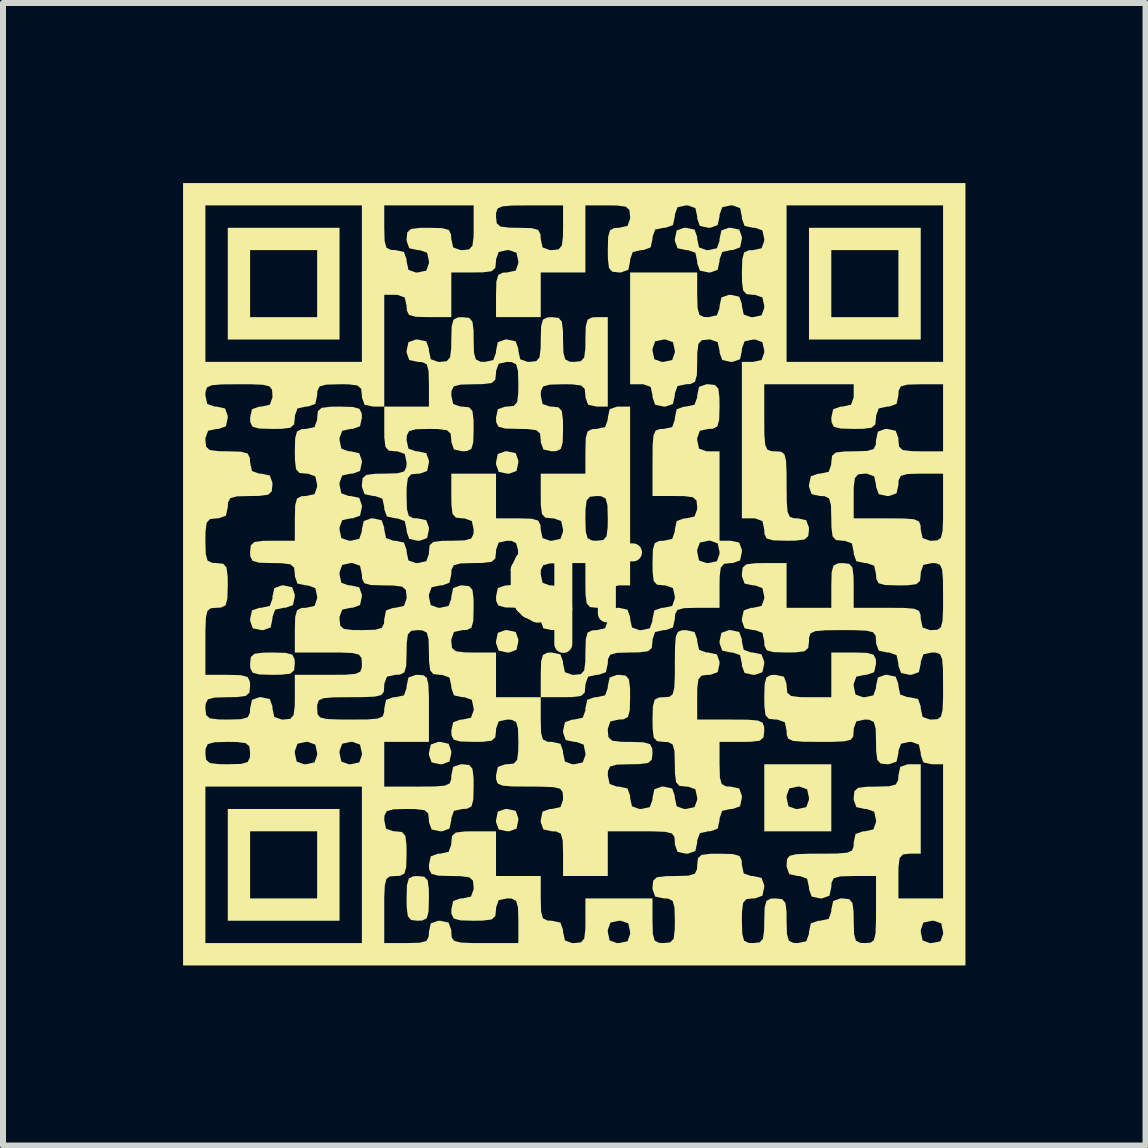
<source format=kicad_pcb>
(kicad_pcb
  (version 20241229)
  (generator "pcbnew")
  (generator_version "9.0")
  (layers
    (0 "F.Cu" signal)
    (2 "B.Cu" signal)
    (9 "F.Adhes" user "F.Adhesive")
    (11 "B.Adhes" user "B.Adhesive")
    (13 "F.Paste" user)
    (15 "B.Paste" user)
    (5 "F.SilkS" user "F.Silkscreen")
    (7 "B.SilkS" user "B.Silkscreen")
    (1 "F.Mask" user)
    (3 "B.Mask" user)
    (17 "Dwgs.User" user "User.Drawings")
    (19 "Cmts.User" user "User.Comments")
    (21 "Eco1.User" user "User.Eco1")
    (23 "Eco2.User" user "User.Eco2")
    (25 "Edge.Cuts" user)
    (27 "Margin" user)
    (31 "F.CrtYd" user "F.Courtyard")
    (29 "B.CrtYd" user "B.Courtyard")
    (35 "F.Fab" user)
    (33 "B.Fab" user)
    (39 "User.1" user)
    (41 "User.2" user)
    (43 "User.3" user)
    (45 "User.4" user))
  (footprint "qr"
    (layer "F.Cu")
    (at 6.48 6.48)
    (property "Reference" "qr" (at 0 0 0) (layer "F.SilkS") (effects (font (size 1.524 1.524) (thickness 0.3))))
    (attr board_only exclude_from_pos_files exclude_from_bom)
    (fp_poly (pts (xy -3.873 -3.873) (xy -5.735 -3.873) (xy -5.735 -4.246) (xy -5.363 -4.246) (xy -4.246 -4.246) (xy -4.246 -5.363) (xy -5.363 -5.363) (xy -5.363 -4.246) (xy -5.735 -4.246) (xy -5.735 -5.735) (xy -3.873 -5.735)) (stroke (width 0) (type solid)) (fill yes) (layer "F.SilkS"))
    (fp_poly (pts (xy -3.873 5.81) (xy -5.735 5.81) (xy -5.735 5.438) (xy -5.363 5.438) (xy -4.246 5.438) (xy -4.246 4.32) (xy -5.363 4.32) (xy -5.363 5.438) (xy -5.735 5.438) (xy -5.735 3.948) (xy -3.873 3.948)) (stroke (width 0) (type solid)) (fill yes) (layer "F.SilkS"))
    (fp_poly (pts (xy 5.81 -3.873) (xy 3.948 -3.873) (xy 3.948 -4.246) (xy 4.32 -4.246) (xy 5.438 -4.246) (xy 5.438 -5.363) (xy 4.32 -5.363) (xy 4.32 -4.246) (xy 3.948 -4.246) (xy 3.948 -5.735) (xy 5.81 -5.735)) (stroke (width 0) (type solid)) (fill yes) (layer "F.SilkS"))
    (fp_poly (pts (xy -2.056 2.861) (xy -2.012 2.982) (xy -2.011 3.017) (xy -2.042 3.158) (xy -2.163 3.202) (xy -2.197 3.203) (xy -2.339 3.172) (xy -2.383 3.051) (xy -2.384 3.017) (xy -2.353 2.875) (xy -2.232 2.831) (xy -2.197 2.83)) (stroke (width 0) (type solid)) (fill yes) (layer "F.SilkS"))
    (fp_poly (pts (xy -0.938 -1.98) (xy -0.895 -1.859) (xy -0.894 -1.825) (xy -0.925 -1.683) (xy -1.046 -1.639) (xy -1.08 -1.639) (xy -1.222 -1.669) (xy -1.265 -1.791) (xy -1.266 -1.825) (xy -1.236 -1.967) (xy -1.114 -2.01) (xy -1.08 -2.011)) (stroke (width 0) (type solid)) (fill yes) (layer "F.SilkS"))
    (fp_poly (pts (xy -0.938 0.999) (xy -0.895 1.12) (xy -0.894 1.155) (xy -0.925 1.296) (xy -1.046 1.34) (xy -1.08 1.341) (xy -1.222 1.31) (xy -1.265 1.189) (xy -1.266 1.155) (xy -1.236 1.013) (xy -1.114 0.969) (xy -1.08 0.968)) (stroke (width 0) (type solid)) (fill yes) (layer "F.SilkS"))
    (fp_poly (pts (xy -0.938 3.979) (xy -0.895 4.1) (xy -0.894 4.134) (xy -0.925 4.276) (xy -1.046 4.319) (xy -1.08 4.32) (xy -1.222 4.289) (xy -1.265 4.168) (xy -1.266 4.134) (xy -1.236 3.992) (xy -1.114 3.949) (xy -1.08 3.948)) (stroke (width 0) (type solid)) (fill yes) (layer "F.SilkS"))
    (fp_poly (pts (xy -4.77 1.347) (xy -4.659 1.378) (xy -4.622 1.452) (xy -4.618 1.527) (xy -4.63 1.637) (xy -4.692 1.693) (xy -4.841 1.711) (xy -4.991 1.713) (xy -5.212 1.707) (xy -5.322 1.676) (xy -5.36 1.602) (xy -5.363 1.527) (xy -5.351 1.416) (xy -5.289 1.361) (xy -5.14 1.343) (xy -4.991 1.341)) (stroke (width 0) (type solid)) (fill yes) (layer "F.SilkS"))
    (fp_poly (pts (xy -2.459 5.077) (xy -2.404 5.139) (xy -2.385 5.288) (xy -2.384 5.438) (xy -2.39 5.659) (xy -2.42 5.769) (xy -2.495 5.806) (xy -2.57 5.81) (xy -2.68 5.798) (xy -2.735 5.736) (xy -2.754 5.587) (xy -2.756 5.438) (xy -2.75 5.217) (xy -2.719 5.106) (xy -2.645 5.069) (xy -2.57 5.065)) (stroke (width 0) (type solid)) (fill yes) (layer "F.SilkS"))
    (fp_poly (pts (xy 4.32 4.32) (xy 3.203 4.32) (xy 3.203 3.762) (xy 3.575 3.762) (xy 3.606 3.903) (xy 3.727 3.947) (xy 3.762 3.948) (xy 3.903 3.917) (xy 3.947 3.796) (xy 3.948 3.762) (xy 3.917 3.62) (xy 3.796 3.576) (xy 3.762 3.575) (xy 3.62 3.606) (xy 3.576 3.727) (xy 3.575 3.762) (xy 3.203 3.762) (xy 3.203 3.203) (xy 4.32 3.203)) (stroke (width 0) (type solid)) (fill yes) (layer "F.SilkS"))
    (fp_poly (pts (xy -4.663 0.254) (xy -4.619 0.375) (xy -4.618 0.41) (xy -4.649 0.551) (xy -4.77 0.595) (xy -4.804 0.596) (xy -4.946 0.627) (xy -4.99 0.748) (xy -4.991 0.782) (xy -5.021 0.924) (xy -5.143 0.968) (xy -5.177 0.968) (xy -5.319 0.938) (xy -5.362 0.816) (xy -5.363 0.782) (xy -5.332 0.64) (xy -5.211 0.597) (xy -5.177 0.596) (xy -5.035 0.565) (xy -4.991 0.444) (xy -4.991 0.41) (xy -4.96 0.268) (xy -4.839 0.224) (xy -4.804 0.223)) (stroke (width 0) (type solid)) (fill yes) (layer "F.SilkS"))
    (fp_poly (pts (xy 2.786 0.999) (xy 2.83 1.12) (xy 2.83 1.155) (xy 2.861 1.296) (xy 2.982 1.34) (xy 3.017 1.341) (xy 3.158 1.372) (xy 3.202 1.493) (xy 3.203 1.527) (xy 3.172 1.669) (xy 3.051 1.712) (xy 3.017 1.713) (xy 2.875 1.682) (xy 2.831 1.561) (xy 2.83 1.527) (xy 2.8 1.385) (xy 2.679 1.342) (xy 2.644 1.341) (xy 2.503 1.31) (xy 2.459 1.189) (xy 2.458 1.155) (xy 2.489 1.013) (xy 2.61 0.969) (xy 2.644 0.968)) (stroke (width 0) (type solid)) (fill yes) (layer "F.SilkS"))
    (fp_poly (pts (xy 2.786 -5.705) (xy 2.83 -5.584) (xy 2.83 -5.549) (xy 2.8 -5.408) (xy 2.679 -5.364) (xy 2.644 -5.363) (xy 2.503 -5.332) (xy 2.459 -5.211) (xy 2.458 -5.177) (xy 2.427 -5.035) (xy 2.306 -4.991) (xy 2.272 -4.991) (xy 2.13 -5.021) (xy 2.086 -5.143) (xy 2.086 -5.177) (xy 2.055 -5.319) (xy 1.934 -5.362) (xy 1.899 -5.363) (xy 1.758 -5.394) (xy 1.714 -5.515) (xy 1.713 -5.549) (xy 1.744 -5.691) (xy 1.865 -5.735) (xy 1.899 -5.735) (xy 2.041 -5.705) (xy 2.085 -5.584) (xy 2.086 -5.549) (xy 2.116 -5.408) (xy 2.238 -5.364) (xy 2.272 -5.363) (xy 2.414 -5.394) (xy 2.457 -5.515) (xy 2.458 -5.549) (xy 2.489 -5.691) (xy 2.61 -5.735) (xy 2.644 -5.735)) (stroke (width 0) (type solid)) (fill yes) (layer "F.SilkS"))
    (fp_poly (pts (xy 2.382 -3.116) (xy 2.438 -3.055) (xy 2.456 -2.905) (xy 2.458 -2.756) (xy 2.452 -2.535) (xy 2.421 -2.425) (xy 2.347 -2.387) (xy 2.272 -2.384) (xy 2.13 -2.353) (xy 2.086 -2.232) (xy 2.086 -2.197) (xy 2.116 -2.056) (xy 2.238 -2.012) (xy 2.272 -2.011) (xy 2.458 -2.011) (xy 2.458 -0.521) (xy 2.644 -0.521) (xy 2.786 -0.491) (xy 2.83 -0.37) (xy 2.83 -0.335) (xy 2.8 -0.193) (xy 2.679 -0.15) (xy 2.644 -0.149) (xy 2.534 -0.137) (xy 2.479 -0.075) (xy 2.46 0.074) (xy 2.458 0.223) (xy 2.458 0.596) (xy 2.086 0.596) (xy 1.865 0.602) (xy 1.754 0.633) (xy 1.717 0.707) (xy 1.713 0.782) (xy 1.682 0.924) (xy 1.561 0.968) (xy 1.527 0.968) (xy 1.385 0.999) (xy 1.342 1.12) (xy 1.341 1.155) (xy 1.329 1.265) (xy 1.267 1.32) (xy 1.118 1.339) (xy 0.968 1.341) (xy 0.747 1.347) (xy 0.637 1.378) (xy 0.599 1.452) (xy 0.596 1.527) (xy 0.565 1.669) (xy 0.444 1.712) (xy 0.41 1.713) (xy 0.268 1.744) (xy 0.224 1.865) (xy 0.223 1.899) (xy 0.211 2.01) (xy 0.15 2.065) (xy 0.000493 2.084) (xy -0.149 2.086) (xy -0.521 2.086) (xy -0.521 1.713) (xy -0.515 1.492) (xy -0.485 1.382) (xy -0.41 1.344) (xy -0.335 1.341) (xy -0.193 1.372) (xy -0.15 1.493) (xy -0.149 1.527) (xy -0.118 1.669) (xy 0.003 1.712) (xy 0.037 1.713) (xy 0.148 1.701) (xy 0.203 1.639) (xy 0.222 1.49) (xy 0.223 1.341) (xy 0.229 1.12) (xy 0.26 1.009) (xy 0.335 0.972) (xy 0.41 0.968) (xy 0.551 0.938) (xy 0.595 0.816) (xy 0.596 0.782) (xy 0.627 0.64) (xy 0.748 0.597) (xy 0.782 0.596) (xy 0.924 0.627) (xy 0.968 0.748) (xy 0.968 0.782) (xy 0.999 0.924) (xy 1.12 0.968) (xy 1.155 0.968) (xy 1.296 0.938) (xy 1.34 0.816) (xy 1.341 0.782) (xy 1.372 0.64) (xy 1.493 0.597) (xy 1.527 0.596) (xy 1.669 0.565) (xy 1.712 0.444) (xy 1.713 0.41) (xy 1.682 0.268) (xy 1.561 0.224) (xy 1.527 0.223) (xy 1.416 0.211) (xy 1.361 0.15) (xy 1.343 0.000493) (xy 1.341 -0.149) (xy 1.346 -0.335) (xy 2.086 -0.335) (xy 2.116 -0.193) (xy 2.238 -0.15) (xy 2.272 -0.149) (xy 2.414 -0.18) (xy 2.457 -0.301) (xy 2.458 -0.335) (xy 2.427 -0.477) (xy 2.306 -0.521) (xy 2.272 -0.521) (xy 2.13 -0.491) (xy 2.086 -0.37) (xy 2.086 -0.335) (xy 1.346 -0.335) (xy 1.347 -0.37) (xy 1.378 -0.48) (xy 1.452 -0.518) (xy 1.527 -0.521) (xy 1.669 -0.552) (xy 1.712 -0.673) (xy 1.713 -0.708) (xy 1.744 -0.849) (xy 1.865 -0.893) (xy 1.899 -0.894) (xy 2.041 -0.925) (xy 2.085 -1.046) (xy 2.086 -1.08) (xy 2.074 -1.191) (xy 2.012 -1.246) (xy 1.863 -1.265) (xy 1.713 -1.266) (xy 1.341 -1.266) (xy 1.341 -1.825) (xy 1.343 -2.109) (xy 1.357 -2.276) (xy 1.393 -2.356) (xy 1.462 -2.382) (xy 1.527 -2.384) (xy 1.669 -2.414) (xy 1.712 -2.535) (xy 1.713 -2.57) (xy 1.744 -2.712) (xy 1.865 -2.755) (xy 1.899 -2.756) (xy 2.041 -2.787) (xy 2.085 -2.908) (xy 2.086 -2.942) (xy 2.116 -3.084) (xy 2.238 -3.128) (xy 2.272 -3.128)) (stroke (width 0) (type solid)) (fill yes) (layer "F.SilkS"))
    (fp_poly (pts (xy 0.596 -2.756) (xy 0.41 -2.756) (xy 0.268 -2.787) (xy 0.224 -2.908) (xy 0.223 -2.942) (xy 0.211 -3.053) (xy 0.15 -3.108) (xy 0.000493 -3.127) (xy -0.149 -3.128) (xy -0.37 -3.122) (xy -0.48 -3.092) (xy -0.518 -3.017) (xy -0.521 -2.942) (xy -0.491 -2.8) (xy -0.37 -2.757) (xy -0.335 -2.756) (xy -0.225 -2.744) (xy -0.17 -2.682) (xy -0.151 -2.533) (xy -0.149 -2.384) (xy -0.155 -2.163) (xy -0.186 -2.052) (xy -0.26 -2.015) (xy -0.335 -2.011) (xy -0.477 -2.042) (xy -0.521 -2.163) (xy -0.521 -2.197) (xy -0.533 -2.308) (xy -0.595 -2.363) (xy -0.744 -2.382) (xy -0.894 -2.384) (xy -1.115 -2.39) (xy -1.225 -2.42) (xy -1.263 -2.495) (xy -1.266 -2.57) (xy -1.236 -2.712) (xy -1.114 -2.755) (xy -1.08 -2.756) (xy -0.97 -2.768) (xy -0.914 -2.83) (xy -0.896 -2.979) (xy -0.894 -3.128) (xy -0.9 -3.349) (xy -0.931 -3.46) (xy -1.005 -3.497) (xy -1.08 -3.501) (xy -1.222 -3.47) (xy -1.265 -3.349) (xy -1.266 -3.315) (xy -1.278 -3.204) (xy -1.34 -3.149) (xy -1.489 -3.13) (xy -1.639 -3.128) (xy -1.86 -3.122) (xy -1.97 -3.092) (xy -2.008 -3.017) (xy -2.011 -2.942) (xy -1.98 -2.8) (xy -1.859 -2.757) (xy -1.825 -2.756) (xy -1.714 -2.744) (xy -1.659 -2.682) (xy -1.64 -2.533) (xy -1.639 -2.384) (xy -1.645 -2.163) (xy -1.676 -2.052) (xy -1.75 -2.015) (xy -1.825 -2.011) (xy -1.967 -2.042) (xy -2.01 -2.163) (xy -2.011 -2.197) (xy -2.023 -2.308) (xy -2.085 -2.363) (xy -2.234 -2.382) (xy -2.384 -2.384) (xy -2.605 -2.378) (xy -2.715 -2.347) (xy -2.752 -2.272) (xy -2.756 -2.197) (xy -2.725 -2.056) (xy -2.604 -2.012) (xy -2.57 -2.011) (xy -2.428 -1.98) (xy -2.384 -1.859) (xy -2.384 -1.825) (xy -2.414 -1.683) (xy -2.535 -1.639) (xy -2.57 -1.639) (xy -2.68 -1.627) (xy -2.735 -1.565) (xy -2.754 -1.416) (xy -2.756 -1.266) (xy -2.75 -1.045) (xy -2.719 -0.935) (xy -2.645 -0.897) (xy -2.57 -0.894) (xy -2.428 -0.863) (xy -2.384 -0.742) (xy -2.384 -0.708) (xy -2.414 -0.566) (xy -2.535 -0.522) (xy -2.57 -0.521) (xy -2.712 -0.552) (xy -2.755 -0.673) (xy -2.756 -0.708) (xy -2.787 -0.849) (xy -2.908 -0.893) (xy -2.942 -0.894) (xy -3.084 -0.925) (xy -3.128 -1.046) (xy -3.128 -1.08) (xy -3.159 -1.222) (xy -3.28 -1.265) (xy -3.315 -1.266) (xy -3.456 -1.297) (xy -3.5 -1.418) (xy -3.501 -1.452) (xy -3.489 -1.563) (xy -3.427 -1.618) (xy -3.278 -1.637) (xy -3.128 -1.639) (xy -2.907 -1.645) (xy -2.797 -1.676) (xy -2.76 -1.75) (xy -2.756 -1.825) (xy -2.787 -1.967) (xy -2.908 -2.01) (xy -2.942 -2.011) (xy -3.053 -2.023) (xy -3.108 -2.085) (xy -3.127 -2.234) (xy -3.128 -2.384) (xy -3.128 -2.756) (xy -2.384 -2.756) (xy -2.384 -3.128) (xy -2.39 -3.349) (xy -2.42 -3.46) (xy -2.495 -3.497) (xy -2.57 -3.501) (xy -2.712 -3.532) (xy -2.755 -3.653) (xy -2.756 -3.687) (xy -2.725 -3.829) (xy -2.604 -3.873) (xy -2.57 -3.873) (xy -2.428 -3.843) (xy -2.384 -3.721) (xy -2.384 -3.687) (xy -2.353 -3.545) (xy -2.232 -3.502) (xy -2.197 -3.501) (xy -2.087 -3.513) (xy -2.032 -3.575) (xy -2.013 -3.724) (xy -2.011 -3.873) (xy -2.005 -4.094) (xy -1.974 -4.205) (xy -1.9 -4.242) (xy -1.825 -4.246) (xy -1.714 -4.234) (xy -1.659 -4.172) (xy -1.64 -4.023) (xy -1.639 -3.873) (xy -1.633 -3.652) (xy -1.602 -3.542) (xy -1.527 -3.504) (xy -1.452 -3.501) (xy -1.311 -3.532) (xy -1.267 -3.653) (xy -1.266 -3.687) (xy -1.236 -3.829) (xy -1.114 -3.873) (xy -1.08 -3.873) (xy -0.938 -3.843) (xy -0.895 -3.721) (xy -0.894 -3.687) (xy -0.863 -3.545) (xy -0.742 -3.502) (xy -0.708 -3.501) (xy -0.597 -3.513) (xy -0.542 -3.575) (xy -0.523 -3.724) (xy -0.521 -3.873) (xy -0.515 -4.094) (xy -0.485 -4.205) (xy -0.41 -4.242) (xy -0.335 -4.246) (xy -0.225 -4.234) (xy -0.17 -4.172) (xy -0.151 -4.023) (xy -0.149 -3.873) (xy -0.143 -3.652) (xy -0.112 -3.542) (xy -0.037 -3.504) (xy 0.037 -3.501) (xy 0.148 -3.513) (xy 0.203 -3.575) (xy 0.222 -3.724) (xy 0.223 -3.873) (xy 0.229 -4.094) (xy 0.26 -4.205) (xy 0.335 -4.242) (xy 0.41 -4.246) (xy 0.596 -4.246)) (stroke (width 0) (type solid)) (fill yes) (layer "F.SilkS"))
    (fp_poly (pts (xy 6.555 6.555) (xy -6.48 6.555) (xy -6.48 6.182) (xy -6.108 6.182) (xy -3.501 6.182) (xy -3.501 3.575) (xy -6.108 3.575) (xy -6.108 6.182) (xy -6.48 6.182) (xy -6.48 3.017) (xy -6.108 3.017) (xy -6.096 3.127) (xy -6.034 3.182) (xy -5.885 3.201) (xy -5.735 3.203) (xy -5.514 3.197) (xy -5.404 3.166) (xy -5.367 3.091) (xy -5.363 3.017) (xy -4.618 3.017) (xy -4.587 3.158) (xy -4.466 3.202) (xy -4.432 3.203) (xy -4.29 3.172) (xy -4.247 3.051) (xy -4.246 3.017) (xy -3.873 3.017) (xy -3.843 3.158) (xy -3.721 3.202) (xy -3.687 3.203) (xy -3.545 3.172) (xy -3.502 3.051) (xy -3.501 3.017) (xy -3.532 2.875) (xy -3.653 2.831) (xy -3.687 2.83) (xy -3.829 2.861) (xy -3.873 2.982) (xy -3.873 3.017) (xy -4.246 3.017) (xy -4.277 2.875) (xy -4.398 2.831) (xy -4.432 2.83) (xy -4.574 2.861) (xy -4.617 2.982) (xy -4.618 3.017) (xy -5.363 3.017) (xy -5.375 2.906) (xy -5.437 2.851) (xy -5.586 2.832) (xy -5.735 2.83) (xy -5.957 2.837) (xy -6.067 2.867) (xy -6.104 2.942) (xy -6.108 3.017) (xy -6.48 3.017) (xy -6.48 2.272) (xy -6.108 2.272) (xy -6.096 2.382) (xy -6.034 2.438) (xy -5.885 2.456) (xy -5.735 2.458) (xy -5.514 2.452) (xy -5.404 2.421) (xy -5.367 2.347) (xy -5.363 2.272) (xy -5.332 2.13) (xy -5.211 2.086) (xy -5.177 2.086) (xy -5.035 2.116) (xy -4.991 2.238) (xy -4.991 2.272) (xy -4.96 2.414) (xy -4.839 2.457) (xy -4.804 2.458) (xy -4.694 2.446) (xy -4.639 2.384) (xy -4.62 2.235) (xy -4.618 2.086) (xy -4.618 1.713) (xy -4.06 1.713) (xy -3.775 1.711) (xy -3.609 1.697) (xy -3.528 1.661) (xy -3.503 1.592) (xy -3.501 1.527) (xy -3.508 1.432) (xy -3.55 1.377) (xy -3.658 1.35) (xy -3.863 1.341) (xy -4.06 1.341) (xy -4.618 1.341) (xy -4.618 0.968) (xy -4.613 0.782) (xy -3.873 0.782) (xy -3.861 0.893) (xy -3.8 0.948) (xy -3.65 0.967) (xy -3.501 0.968) (xy -3.28 0.962) (xy -3.17 0.931) (xy -3.132 0.857) (xy -3.128 0.782) (xy -3.098 0.64) (xy -2.977 0.597) (xy -2.942 0.596) (xy -2.8 0.565) (xy -2.757 0.444) (xy -2.756 0.41) (xy -2.768 0.299) (xy -2.83 0.244) (xy -2.979 0.225) (xy -3.128 0.223) (xy -3.349 0.217) (xy -3.46 0.187) (xy -3.497 0.112) (xy -3.501 0.037) (xy -3.532 -0.105) (xy -3.653 -0.148) (xy -3.687 -0.149) (xy -3.829 -0.118) (xy -3.873 0.003) (xy -3.873 0.037) (xy -3.843 0.179) (xy -3.721 0.223) (xy -3.687 0.223) (xy -3.545 0.254) (xy -3.502 0.375) (xy -3.501 0.41) (xy -3.532 0.551) (xy -3.653 0.595) (xy -3.687 0.596) (xy -3.829 0.627) (xy -3.873 0.748) (xy -3.873 0.782) (xy -4.613 0.782) (xy -4.612 0.747) (xy -4.581 0.637) (xy -4.507 0.599) (xy -4.432 0.596) (xy -4.29 0.565) (xy -4.247 0.444) (xy -4.246 0.41) (xy -4.277 0.268) (xy -4.398 0.224) (xy -4.432 0.223) (xy -4.574 0.193) (xy -4.617 0.072) (xy -4.618 0.037) (xy -4.63 -0.073) (xy -4.692 -0.128) (xy -4.841 -0.147) (xy -4.991 -0.149) (xy -5.212 -0.155) (xy -5.322 -0.186) (xy -5.36 -0.26) (xy -5.363 -0.335) (xy -5.351 -0.446) (xy -5.289 -0.501) (xy -5.14 -0.52) (xy -4.991 -0.521) (xy -4.618 -0.521) (xy -4.618 -0.894) (xy -4.612 -1.115) (xy -4.581 -1.225) (xy -4.507 -1.263) (xy -4.432 -1.266) (xy -4.29 -1.297) (xy -4.247 -1.418) (xy -4.246 -1.452) (xy -4.277 -1.594) (xy -4.398 -1.638) (xy -4.432 -1.639) (xy -4.542 -1.651) (xy -4.598 -1.712) (xy -4.616 -1.862) (xy -4.618 -2.011) (xy -4.612 -2.232) (xy -4.581 -2.342) (xy -4.507 -2.38) (xy -4.432 -2.384) (xy -4.29 -2.414) (xy -4.247 -2.535) (xy -4.246 -2.57) (xy -4.234 -2.68) (xy -4.172 -2.735) (xy -4.023 -2.754) (xy -3.873 -2.756) (xy -3.652 -2.75) (xy -3.542 -2.719) (xy -3.504 -2.645) (xy -3.501 -2.57) (xy -3.532 -2.428) (xy -3.653 -2.384) (xy -3.687 -2.384) (xy -3.829 -2.353) (xy -3.873 -2.232) (xy -3.873 -2.197) (xy -3.843 -2.056) (xy -3.721 -2.012) (xy -3.687 -2.011) (xy -3.545 -1.98) (xy -3.502 -1.859) (xy -3.501 -1.825) (xy -3.532 -1.683) (xy -3.653 -1.639) (xy -3.687 -1.639) (xy -3.829 -1.608) (xy -3.873 -1.487) (xy -3.873 -1.452) (xy -3.843 -1.311) (xy -3.721 -1.267) (xy -3.687 -1.266) (xy -3.545 -1.236) (xy -3.502 -1.114) (xy -3.501 -1.08) (xy -3.532 -0.938) (xy -3.653 -0.895) (xy -3.687 -0.894) (xy -3.829 -0.863) (xy -3.873 -0.742) (xy -3.873 -0.708) (xy -3.843 -0.566) (xy -3.721 -0.522) (xy -3.687 -0.521) (xy -3.545 -0.552) (xy -3.502 -0.673) (xy -3.501 -0.708) (xy -3.47 -0.849) (xy -3.349 -0.893) (xy -3.315 -0.894) (xy -3.173 -0.863) (xy -3.129 -0.742) (xy -3.128 -0.708) (xy -3.098 -0.566) (xy -2.977 -0.522) (xy -2.942 -0.521) (xy -2.8 -0.491) (xy -2.757 -0.37) (xy -2.756 -0.335) (xy -2.725 -0.193) (xy -2.604 -0.15) (xy -2.57 -0.149) (xy -2.428 -0.18) (xy -2.384 -0.301) (xy -2.384 -0.335) (xy -2.372 -0.446) (xy -2.31 -0.501) (xy -2.161 -0.52) (xy -2.011 -0.521) (xy -1.79 -0.527) (xy -1.68 -0.558) (xy -1.642 -0.633) (xy -1.639 -0.708) (xy -1.669 -0.849) (xy -1.791 -0.893) (xy -1.825 -0.894) (xy -1.935 -0.906) (xy -1.991 -0.968) (xy -2.009 -1.117) (xy -2.011 -1.266) (xy -2.011 -1.639) (xy -1.266 -1.639) (xy -1.266 -0.894) (xy -0.894 -0.894) (xy -0.673 -0.888) (xy -0.563 -0.857) (xy -0.525 -0.782) (xy -0.521 -0.708) (xy -0.491 -0.566) (xy -0.37 -0.522) (xy -0.335 -0.521) (xy -0.193 -0.552) (xy -0.15 -0.673) (xy -0.149 -0.708) (xy -0.18 -0.849) (xy -0.301 -0.893) (xy -0.335 -0.894) (xy 0.223 -0.894) (xy 0.229 -0.673) (xy 0.26 -0.563) (xy 0.335 -0.525) (xy 0.41 -0.521) (xy 0.52 -0.533) (xy 0.575 -0.595) (xy 0.594 -0.744) (xy 0.596 -0.894) (xy 0.59 -1.115) (xy 0.559 -1.225) (xy 0.484 -1.263) (xy 0.41 -1.266) (xy 0.299 -1.254) (xy 0.244 -1.193) (xy 0.225 -1.043) (xy 0.223 -0.894) (xy -0.335 -0.894) (xy -0.446 -0.906) (xy -0.501 -0.968) (xy -0.52 -1.117) (xy -0.521 -1.266) (xy -0.521 -1.639) (xy 0.223 -1.639) (xy 0.223 -2.011) (xy 0.229 -2.232) (xy 0.26 -2.342) (xy 0.335 -2.38) (xy 0.41 -2.384) (xy 0.551 -2.414) (xy 0.595 -2.535) (xy 0.596 -2.57) (xy 0.627 -2.712) (xy 0.748 -2.755) (xy 0.782 -2.756) (xy 0.968 -2.756) (xy 0.968 0.223) (xy 0.782 0.223) (xy 0.64 0.254) (xy 0.597 0.375) (xy 0.596 0.41) (xy 0.565 0.551) (xy 0.444 0.595) (xy 0.41 0.596) (xy 0.299 0.584) (xy 0.244 0.522) (xy 0.225 0.373) (xy 0.223 0.223) (xy 0.223 -0.149) (xy -0.149 -0.149) (xy -0.37 -0.143) (xy -0.48 -0.112) (xy -0.518 -0.037) (xy -0.521 0.037) (xy -0.491 0.179) (xy -0.37 0.223) (xy -0.335 0.223) (xy -0.225 0.236) (xy -0.17 0.297) (xy -0.151 0.446) (xy -0.149 0.596) (xy -0.155 0.817) (xy -0.186 0.927) (xy -0.26 0.965) (xy -0.335 0.968) (xy -0.477 0.938) (xy -0.521 0.816) (xy -0.521 0.782) (xy -0.533 0.672) (xy -0.595 0.616) (xy -0.744 0.598) (xy -0.894 0.596) (xy -1.115 0.59) (xy -1.225 0.559) (xy -1.263 0.484) (xy -1.266 0.41) (xy -1.236 0.268) (xy -1.114 0.224) (xy -1.08 0.223) (xy -0.97 0.211) (xy -0.914 0.15) (xy -0.896 0.000493) (xy -0.894 -0.149) (xy -0.9 -0.37) (xy -0.931 -0.48) (xy -1.005 -0.518) (xy -1.08 -0.521) (xy -1.222 -0.491) (xy -1.265 -0.37) (xy -1.266 -0.335) (xy -1.278 -0.225) (xy -1.34 -0.17) (xy -1.489 -0.151) (xy -1.639 -0.149) (xy -1.86 -0.143) (xy -1.97 -0.112) (xy -2.008 -0.037) (xy -2.011 0.037) (xy -2.042 0.179) (xy -2.163 0.223) (xy -2.197 0.223) (xy -2.339 0.254) (xy -2.383 0.375) (xy -2.384 0.41) (xy -2.353 0.551) (xy -2.232 0.595) (xy -2.197 0.596) (xy -2.056 0.565) (xy -2.012 0.444) (xy -2.011 0.41) (xy -1.98 0.268) (xy -1.859 0.224) (xy -1.825 0.223) (xy -1.714 0.236) (xy -1.659 0.297) (xy -1.64 0.446) (xy -1.639 0.596) (xy -1.645 0.817) (xy -1.676 0.927) (xy -1.75 0.965) (xy -1.825 0.968) (xy -1.967 0.999) (xy -2.01 1.12) (xy -2.011 1.155) (xy -1.999 1.265) (xy -1.937 1.32) (xy -1.788 1.339) (xy -1.639 1.341) (xy -1.266 1.341) (xy -1.266 2.086) (xy -0.521 2.086) (xy -0.521 2.458) (xy -0.515 2.679) (xy -0.485 2.789) (xy -0.41 2.827) (xy -0.335 2.83) (xy -0.193 2.861) (xy -0.15 2.982) (xy -0.149 3.017) (xy -0.118 3.158) (xy 0.003 3.202) (xy 0.037 3.203) (xy 0.179 3.172) (xy 0.223 3.051) (xy 0.223 3.017) (xy 0.193 2.875) (xy 0.072 2.831) (xy 0.037 2.83) (xy -0.105 2.8) (xy -0.148 2.679) (xy -0.149 2.644) (xy -0.118 2.503) (xy 0.003 2.459) (xy 0.037 2.458) (xy 0.179 2.427) (xy 0.223 2.306) (xy 0.223 2.272) (xy 0.254 2.13) (xy 0.375 2.086) (xy 0.41 2.086) (xy 0.551 2.055) (xy 0.595 1.934) (xy 0.596 1.899) (xy 0.627 1.758) (xy 0.748 1.714) (xy 0.782 1.713) (xy 0.893 1.725) (xy 0.948 1.787) (xy 0.967 1.936) (xy 0.968 2.086) (xy 0.962 2.307) (xy 0.931 2.417) (xy 0.857 2.455) (xy 0.782 2.458) (xy 0.64 2.489) (xy 0.597 2.61) (xy 0.596 2.644) (xy 0.608 2.755) (xy 0.67 2.81) (xy 0.819 2.829) (xy 0.968 2.83) (xy 1.189 2.837) (xy 1.3 2.867) (xy 1.337 2.942) (xy 1.341 3.017) (xy 1.329 3.127) (xy 1.267 3.182) (xy 1.118 3.201) (xy 0.968 3.203) (xy 0.747 3.209) (xy 0.637 3.24) (xy 0.599 3.314) (xy 0.596 3.389) (xy 0.627 3.531) (xy 0.748 3.575) (xy 0.782 3.575) (xy 0.924 3.606) (xy 0.968 3.727) (xy 0.968 3.762) (xy 0.999 3.903) (xy 1.12 3.947) (xy 1.155 3.948) (xy 1.296 3.917) (xy 1.34 3.796) (xy 1.341 3.762) (xy 1.372 3.62) (xy 1.493 3.576) (xy 1.527 3.575) (xy 1.669 3.606) (xy 1.712 3.727) (xy 1.713 3.762) (xy 1.744 3.903) (xy 1.865 3.947) (xy 1.899 3.948) (xy 2.041 3.917) (xy 2.085 3.796) (xy 2.086 3.762) (xy 2.055 3.62) (xy 1.934 3.576) (xy 1.899 3.575) (xy 1.789 3.563) (xy 1.734 3.502) (xy 1.715 3.352) (xy 1.713 3.203) (xy 1.707 2.982) (xy 1.676 2.872) (xy 1.602 2.834) (xy 1.527 2.83) (xy 1.416 2.818) (xy 1.361 2.757) (xy 1.343 2.608) (xy 1.341 2.458) (xy 1.347 2.237) (xy 1.378 2.127) (xy 1.452 2.089) (xy 1.527 2.086) (xy 1.622 2.079) (xy 1.677 2.037) (xy 1.704 1.929) (xy 1.713 1.723) (xy 1.713 1.527) (xy 1.716 1.243) (xy 1.729 1.076) (xy 1.765 0.996) (xy 1.834 0.97) (xy 1.899 0.968) (xy 2.041 0.999) (xy 2.085 1.12) (xy 2.086 1.155) (xy 2.116 1.296) (xy 2.238 1.34) (xy 2.272 1.341) (xy 2.414 1.372) (xy 2.457 1.493) (xy 2.458 1.527) (xy 2.427 1.669) (xy 2.306 1.712) (xy 2.272 1.713) (xy 2.161 1.725) (xy 2.106 1.787) (xy 2.087 1.936) (xy 2.086 2.086) (xy 2.086 2.458) (xy 2.644 2.458) (xy 2.928 2.46) (xy 3.095 2.474) (xy 3.175 2.51) (xy 3.201 2.579) (xy 3.203 2.644) (xy 3.191 2.755) (xy 3.129 2.81) (xy 2.98 2.829) (xy 2.83 2.83) (xy 2.458 2.83) (xy 2.458 3.203) (xy 2.464 3.424) (xy 2.495 3.534) (xy 2.57 3.572) (xy 2.644 3.575) (xy 2.786 3.606) (xy 2.83 3.727) (xy 2.83 3.762) (xy 2.8 3.903) (xy 2.679 3.947) (xy 2.644 3.948) (xy 2.503 3.979) (xy 2.459 4.1) (xy 2.458 4.134) (xy 2.427 4.276) (xy 2.306 4.319) (xy 2.272 4.32) (xy 2.13 4.351) (xy 2.086 4.472) (xy 2.086 4.506) (xy 2.055 4.648) (xy 1.934 4.692) (xy 1.899 4.693) (xy 1.758 4.662) (xy 1.714 4.541) (xy 1.713 4.506) (xy 1.706 4.412) (xy 1.664 4.356) (xy 1.556 4.329) (xy 1.351 4.321) (xy 1.155 4.32) (xy 0.596 4.32) (xy 0.596 5.065) (xy -0.149 5.065) (xy -0.149 4.693) (xy -0.155 4.472) (xy -0.186 4.361) (xy -0.26 4.324) (xy -0.335 4.32) (xy -0.477 4.289) (xy -0.521 4.168) (xy -0.521 4.134) (xy -0.491 3.992) (xy -0.37 3.949) (xy -0.335 3.948) (xy -0.193 3.917) (xy -0.15 3.796) (xy -0.149 3.762) (xy -0.156 3.667) (xy -0.198 3.611) (xy -0.306 3.585) (xy -0.511 3.576) (xy -0.708 3.575) (xy -0.992 3.573) (xy -1.158 3.559) (xy -1.239 3.523) (xy -1.264 3.455) (xy -1.266 3.389) (xy -1.236 3.247) (xy -1.114 3.204) (xy -1.08 3.203) (xy -0.97 3.191) (xy -0.914 3.129) (xy -0.896 2.98) (xy -0.894 2.83) (xy -0.9 2.609) (xy -0.931 2.499) (xy -1.005 2.462) (xy -1.08 2.458) (xy -1.222 2.489) (xy -1.265 2.61) (xy -1.266 2.644) (xy -1.278 2.755) (xy -1.34 2.81) (xy -1.489 2.829) (xy -1.639 2.83) (xy -1.86 2.824) (xy -1.97 2.794) (xy -2.008 2.719) (xy -2.011 2.644) (xy -1.98 2.503) (xy -1.859 2.459) (xy -1.825 2.458) (xy -1.683 2.427) (xy -1.639 2.306) (xy -1.639 2.272) (xy -1.669 2.13) (xy -1.791 2.086) (xy -1.825 2.086) (xy -1.967 2.055) (xy -2.01 1.934) (xy -2.011 1.899) (xy -2.042 1.758) (xy -2.163 1.714) (xy -2.197 1.713) (xy -2.308 1.701) (xy -2.363 1.639) (xy -2.382 1.49) (xy -2.384 1.341) (xy -2.39 1.12) (xy -2.42 1.009) (xy -2.495 0.972) (xy -2.57 0.968) (xy -2.68 0.98) (xy -2.735 1.042) (xy -2.754 1.191) (xy -2.756 1.341) (xy -2.762 1.562) (xy -2.793 1.672) (xy -2.867 1.71) (xy -2.942 1.713) (xy -3.084 1.744) (xy -3.128 1.865) (xy -3.128 1.899) (xy -3.135 1.994) (xy -3.177 2.05) (xy -3.285 2.076) (xy -3.491 2.085) (xy -3.687 2.086) (xy -3.971 2.088) (xy -4.138 2.102) (xy -4.218 2.138) (xy -4.244 2.206) (xy -4.246 2.272) (xy -4.239 2.367) (xy -4.197 2.422) (xy -4.089 2.449) (xy -3.883 2.457) (xy -3.687 2.458) (xy -3.403 2.456) (xy -3.236 2.442) (xy -3.156 2.406) (xy -3.13 2.337) (xy -3.128 2.272) (xy -3.098 2.13) (xy -2.977 2.086) (xy -2.942 2.086) (xy -2.8 2.055) (xy -2.757 1.934) (xy -2.756 1.899) (xy -2.725 1.758) (xy -2.604 1.714) (xy -2.57 1.713) (xy -2.475 1.72) (xy -2.42 1.762) (xy -2.393 1.87) (xy -2.384 2.076) (xy -2.384 2.272) (xy -2.384 2.83) (xy -3.128 2.83) (xy -3.128 3.575) (xy -2.57 3.575) (xy -2.286 3.573) (xy -2.119 3.559) (xy -2.039 3.523) (xy -2.013 3.455) (xy -2.011 3.389) (xy -1.98 3.247) (xy -1.859 3.204) (xy -1.825 3.203) (xy -1.714 3.215) (xy -1.659 3.277) (xy -1.64 3.426) (xy -1.639 3.575) (xy -1.645 3.796) (xy -1.676 3.907) (xy -1.75 3.944) (xy -1.825 3.948) (xy -1.967 3.979) (xy -2.01 4.1) (xy -2.011 4.134) (xy -2.042 4.276) (xy -2.163 4.319) (xy -2.197 4.32) (xy -2.339 4.289) (xy -2.383 4.168) (xy -2.384 4.134) (xy -2.396 4.024) (xy -2.457 3.968) (xy -2.607 3.95) (xy -2.756 3.948) (xy -2.977 3.954) (xy -3.087 3.985) (xy -3.125 4.059) (xy -3.128 4.134) (xy -3.098 4.276) (xy -2.977 4.319) (xy -2.942 4.32) (xy -2.832 4.332) (xy -2.777 4.394) (xy -2.758 4.543) (xy -2.756 4.693) (xy -2.762 4.914) (xy -2.793 5.024) (xy -2.867 5.062) (xy -2.942 5.065) (xy -3.037 5.072) (xy -3.092 5.114) (xy -3.119 5.222) (xy -3.128 5.428) (xy -3.128 5.624) (xy -3.128 6.182) (xy -2.756 6.182) (xy -2.535 6.176) (xy -2.425 6.146) (xy -2.387 6.071) (xy -2.384 5.996) (xy -2.353 5.854) (xy -2.232 5.811) (xy -2.197 5.81) (xy -2.056 5.841) (xy -2.012 5.962) (xy -2.011 5.996) (xy -2.004 6.091) (xy -1.962 6.146) (xy -1.854 6.173) (xy -1.649 6.182) (xy -1.452 6.182) (xy -0.894 6.182) (xy -0.894 5.81) (xy -0.9 5.589) (xy -0.931 5.479) (xy -1.005 5.441) (xy -1.08 5.438) (xy -1.222 5.468) (xy -1.265 5.589) (xy -1.266 5.624) (xy -1.278 5.734) (xy -1.34 5.789) (xy -1.489 5.808) (xy -1.639 5.81) (xy -1.86 5.804) (xy -1.97 5.773) (xy -2.008 5.698) (xy -2.011 5.624) (xy -1.98 5.482) (xy -1.859 5.438) (xy -1.825 5.438) (xy -1.683 5.407) (xy -1.639 5.286) (xy -1.639 5.251) (xy -1.651 5.141) (xy -1.712 5.086) (xy -1.862 5.067) (xy -2.011 5.065) (xy -2.232 5.059) (xy -2.342 5.028) (xy -2.38 4.954) (xy -2.384 4.879) (xy -2.353 4.737) (xy -2.232 4.693) (xy -2.197 4.693) (xy -2.056 4.662) (xy -2.012 4.541) (xy -2.011 4.506) (xy -1.999 4.396) (xy -1.937 4.341) (xy -1.788 4.322) (xy -1.639 4.32) (xy -1.266 4.32) (xy -1.266 5.065) (xy -0.521 5.065) (xy -0.521 5.438) (xy -0.515 5.659) (xy -0.485 5.769) (xy -0.41 5.806) (xy -0.335 5.81) (xy -0.193 5.841) (xy -0.15 5.962) (xy -0.149 5.996) (xy -0.118 6.138) (xy 0.003 6.182) (xy 0.037 6.182) (xy 0.148 6.17) (xy 0.203 6.109) (xy 0.217 5.996) (xy 0.596 5.996) (xy 0.627 6.138) (xy 0.748 6.182) (xy 0.782 6.182) (xy 0.924 6.152) (xy 0.968 6.031) (xy 0.968 5.996) (xy 0.938 5.854) (xy 0.816 5.811) (xy 0.782 5.81) (xy 0.64 5.841) (xy 0.597 5.962) (xy 0.596 5.996) (xy 0.217 5.996) (xy 0.222 5.959) (xy 0.223 5.81) (xy 0.223 5.438) (xy 1.341 5.438) (xy 1.341 5.81) (xy 1.347 6.031) (xy 1.378 6.141) (xy 1.452 6.179) (xy 1.527 6.182) (xy 1.637 6.17) (xy 1.693 6.109) (xy 1.711 5.959) (xy 1.713 5.81) (xy 1.707 5.589) (xy 1.676 5.479) (xy 1.602 5.441) (xy 1.527 5.438) (xy 1.385 5.407) (xy 1.342 5.286) (xy 1.341 5.251) (xy 1.353 5.141) (xy 1.414 5.086) (xy 1.564 5.067) (xy 1.713 5.065) (xy 1.934 5.059) (xy 2.045 5.028) (xy 2.082 4.954) (xy 2.086 4.879) (xy 2.098 4.768) (xy 2.159 4.713) (xy 2.309 4.694) (xy 2.458 4.693) (xy 2.679 4.699) (xy 2.789 4.73) (xy 2.827 4.804) (xy 2.83 4.879) (xy 2.861 5.021) (xy 2.982 5.064) (xy 3.017 5.065) (xy 3.158 5.096) (xy 3.202 5.217) (xy 3.203 5.251) (xy 3.172 5.393) (xy 3.051 5.437) (xy 3.017 5.438) (xy 2.906 5.45) (xy 2.851 5.511) (xy 2.832 5.661) (xy 2.83 5.81) (xy 2.837 6.031) (xy 2.867 6.141) (xy 2.942 6.179) (xy 3.017 6.182) (xy 3.127 6.17) (xy 3.182 6.109) (xy 3.201 5.959) (xy 3.203 5.81) (xy 3.209 5.589) (xy 3.24 5.479) (xy 3.314 5.441) (xy 3.389 5.438) (xy 3.5 5.45) (xy 3.555 5.511) (xy 3.574 5.661) (xy 3.575 5.81) (xy 3.581 6.031) (xy 3.612 6.141) (xy 3.687 6.179) (xy 3.762 6.182) (xy 3.903 6.152) (xy 3.947 6.031) (xy 3.948 5.996) (xy 3.979 5.854) (xy 4.1 5.811) (xy 4.134 5.81) (xy 4.276 5.779) (xy 4.319 5.658) (xy 4.32 5.624) (xy 4.351 5.482) (xy 4.472 5.438) (xy 4.506 5.438) (xy 4.617 5.45) (xy 4.672 5.511) (xy 4.691 5.661) (xy 4.693 5.81) (xy 4.699 6.031) (xy 4.73 6.141) (xy 4.804 6.179) (xy 4.879 6.182) (xy 4.974 6.175) (xy 5.029 6.134) (xy 5.056 6.026) (xy 5.057 5.996) (xy 5.81 5.996) (xy 5.841 6.138) (xy 5.962 6.182) (xy 5.996 6.182) (xy 6.138 6.152) (xy 6.182 6.031) (xy 6.182 5.996) (xy 6.152 5.854) (xy 6.031 5.811) (xy 5.996 5.81) (xy 5.854 5.841) (xy 5.811 5.962) (xy 5.81 5.996) (xy 5.057 5.996) (xy 5.064 5.82) (xy 5.065 5.624) (xy 5.065 5.065) (xy 4.693 5.065) (xy 4.472 5.071) (xy 4.361 5.102) (xy 4.324 5.177) (xy 4.32 5.251) (xy 4.289 5.393) (xy 4.168 5.437) (xy 4.134 5.438) (xy 3.992 5.407) (xy 3.949 5.286) (xy 3.948 5.251) (xy 3.917 5.11) (xy 3.796 5.066) (xy 3.762 5.065) (xy 3.62 5.034) (xy 3.576 4.913) (xy 3.575 4.879) (xy 3.582 4.784) (xy 3.624 4.729) (xy 3.732 4.702) (xy 3.938 4.693) (xy 4.134 4.693) (xy 4.418 4.69) (xy 4.585 4.676) (xy 4.665 4.64) (xy 4.691 4.572) (xy 4.693 4.506) (xy 4.723 4.365) (xy 4.845 4.321) (xy 4.879 4.32) (xy 5.021 4.289) (xy 5.064 4.168) (xy 5.065 4.134) (xy 5.034 3.992) (xy 4.913 3.949) (xy 4.879 3.948) (xy 4.737 3.917) (xy 4.693 3.796) (xy 4.693 3.762) (xy 4.705 3.651) (xy 4.766 3.596) (xy 4.916 3.577) (xy 5.065 3.575) (xy 5.286 3.569) (xy 5.396 3.539) (xy 5.434 3.464) (xy 5.438 3.389) (xy 5.468 3.247) (xy 5.589 3.204) (xy 5.624 3.203) (xy 5.81 3.203) (xy 5.81 4.693) (xy 5.624 4.693) (xy 5.513 4.705) (xy 5.458 4.766) (xy 5.439 4.916) (xy 5.438 5.065) (xy 5.438 5.438) (xy 6.182 5.438) (xy 6.182 3.203) (xy 5.996 3.203) (xy 5.854 3.172) (xy 5.811 3.051) (xy 5.81 3.017) (xy 5.779 2.875) (xy 5.658 2.831) (xy 5.624 2.83) (xy 5.482 2.861) (xy 5.438 2.982) (xy 5.438 3.017) (xy 5.407 3.158) (xy 5.286 3.202) (xy 5.251 3.203) (xy 5.141 3.191) (xy 5.086 3.129) (xy 5.067 2.98) (xy 5.065 2.83) (xy 5.059 2.609) (xy 5.028 2.499) (xy 4.954 2.462) (xy 4.879 2.458) (xy 4.737 2.489) (xy 4.693 2.61) (xy 4.693 2.644) (xy 4.686 2.739) (xy 4.644 2.795) (xy 4.536 2.821) (xy 4.33 2.83) (xy 4.134 2.83) (xy 3.85 2.828) (xy 3.683 2.814) (xy 3.603 2.778) (xy 3.577 2.71) (xy 3.575 2.644) (xy 3.545 2.503) (xy 3.423 2.459) (xy 3.389 2.458) (xy 3.279 2.446) (xy 3.223 2.384) (xy 3.205 2.235) (xy 3.203 2.086) (xy 3.209 1.865) (xy 3.24 1.754) (xy 3.314 1.717) (xy 3.389 1.713) (xy 3.531 1.744) (xy 3.575 1.865) (xy 3.575 1.899) (xy 3.587 2.01) (xy 3.649 2.065) (xy 3.798 2.084) (xy 3.948 2.086) (xy 4.32 2.086) (xy 4.32 1.341) (xy 4.693 1.341) (xy 4.914 1.347) (xy 5.024 1.378) (xy 5.062 1.452) (xy 5.065 1.527) (xy 5.034 1.669) (xy 4.913 1.712) (xy 4.879 1.713) (xy 4.737 1.744) (xy 4.693 1.865) (xy 4.693 1.899) (xy 4.723 2.041) (xy 4.845 2.085) (xy 4.879 2.086) (xy 5.021 2.055) (xy 5.064 1.934) (xy 5.065 1.899) (xy 5.096 1.758) (xy 5.217 1.714) (xy 5.251 1.713) (xy 5.393 1.744) (xy 5.437 1.865) (xy 5.438 1.899) (xy 5.468 2.041) (xy 5.589 2.085) (xy 5.624 2.086) (xy 5.766 2.116) (xy 5.809 2.238) (xy 5.81 2.272) (xy 5.841 2.414) (xy 5.962 2.457) (xy 5.996 2.458) (xy 6.091 2.451) (xy 6.146 2.409) (xy 6.173 2.301) (xy 6.182 2.096) (xy 6.182 1.899) (xy 6.18 1.615) (xy 6.166 1.449) (xy 6.13 1.368) (xy 6.062 1.343) (xy 5.996 1.341) (xy 5.854 1.372) (xy 5.811 1.493) (xy 5.81 1.527) (xy 5.779 1.669) (xy 5.658 1.712) (xy 5.624 1.713) (xy 5.482 1.682) (xy 5.438 1.561) (xy 5.438 1.527) (xy 5.407 1.385) (xy 5.286 1.342) (xy 5.251 1.341) (xy 5.11 1.31) (xy 5.066 1.189) (xy 5.065 1.155) (xy 5.058 1.06) (xy 5.016 1.004) (xy 4.908 0.978) (xy 4.703 0.969) (xy 4.506 0.968) (xy 4.222 0.971) (xy 4.056 0.985) (xy 3.975 1.021) (xy 3.95 1.089) (xy 3.948 1.155) (xy 3.936 1.265) (xy 3.874 1.32) (xy 3.725 1.339) (xy 3.575 1.341) (xy 3.354 1.335) (xy 3.244 1.304) (xy 3.206 1.229) (xy 3.203 1.155) (xy 3.172 1.013) (xy 3.051 0.969) (xy 3.017 0.968) (xy 2.875 0.938) (xy 2.831 0.816) (xy 2.83 0.782) (xy 2.861 0.64) (xy 2.982 0.597) (xy 3.017 0.596) (xy 3.158 0.565) (xy 3.202 0.444) (xy 3.203 0.41) (xy 3.172 0.268) (xy 3.051 0.224) (xy 3.017 0.223) (xy 2.875 0.193) (xy 2.831 0.072) (xy 2.83 0.037) (xy 2.843 -0.073) (xy 2.904 -0.128) (xy 3.053 -0.147) (xy 3.203 -0.149) (xy 3.575 -0.149) (xy 3.575 0.596) (xy 4.32 0.596) (xy 4.32 0.223) (xy 4.326 0.002) (xy 4.357 -0.108) (xy 4.432 -0.145) (xy 4.506 -0.149) (xy 4.617 -0.137) (xy 4.672 -0.075) (xy 4.691 0.074) (xy 4.693 0.223) (xy 4.693 0.596) (xy 5.251 0.596) (xy 5.535 0.598) (xy 5.702 0.612) (xy 5.782 0.648) (xy 5.808 0.717) (xy 5.81 0.782) (xy 5.841 0.924) (xy 5.962 0.968) (xy 5.996 0.968) (xy 6.091 0.961) (xy 6.146 0.92) (xy 6.173 0.812) (xy 6.182 0.606) (xy 6.182 0.41) (xy 6.18 0.126) (xy 6.166 -0.041) (xy 6.13 -0.121) (xy 6.062 -0.147) (xy 5.996 -0.149) (xy 5.854 -0.118) (xy 5.811 0.003) (xy 5.81 0.037) (xy 5.798 0.148) (xy 5.736 0.203) (xy 5.587 0.222) (xy 5.438 0.223) (xy 5.217 0.217) (xy 5.106 0.187) (xy 5.069 0.112) (xy 5.065 0.037) (xy 5.034 -0.105) (xy 4.913 -0.148) (xy 4.879 -0.149) (xy 4.737 -0.18) (xy 4.693 -0.301) (xy 4.693 -0.335) (xy 4.662 -0.477) (xy 4.541 -0.521) (xy 4.506 -0.521) (xy 4.396 -0.533) (xy 4.341 -0.595) (xy 4.322 -0.744) (xy 4.32 -0.894) (xy 4.693 -0.894) (xy 5.251 -0.894) (xy 5.535 -0.892) (xy 5.702 -0.878) (xy 5.782 -0.842) (xy 5.808 -0.773) (xy 5.81 -0.708) (xy 5.841 -0.566) (xy 5.962 -0.522) (xy 5.996 -0.521) (xy 6.091 -0.528) (xy 6.146 -0.57) (xy 6.173 -0.678) (xy 6.182 -0.884) (xy 6.182 -1.08) (xy 6.182 -1.639) (xy 5.81 -1.639) (xy 5.589 -1.633) (xy 5.479 -1.602) (xy 5.441 -1.527) (xy 5.438 -1.452) (xy 5.407 -1.311) (xy 5.286 -1.267) (xy 5.251 -1.266) (xy 5.11 -1.297) (xy 5.066 -1.418) (xy 5.065 -1.452) (xy 5.034 -1.594) (xy 4.913 -1.638) (xy 4.879 -1.639) (xy 4.768 -1.627) (xy 4.713 -1.565) (xy 4.694 -1.416) (xy 4.693 -1.266) (xy 4.693 -0.894) (xy 4.32 -0.894) (xy 4.314 -1.115) (xy 4.283 -1.225) (xy 4.209 -1.263) (xy 4.134 -1.266) (xy 3.992 -1.297) (xy 3.949 -1.418) (xy 3.948 -1.452) (xy 3.979 -1.594) (xy 4.1 -1.638) (xy 4.134 -1.639) (xy 4.276 -1.669) (xy 4.319 -1.791) (xy 4.32 -1.825) (xy 4.332 -1.935) (xy 4.394 -1.991) (xy 4.543 -2.009) (xy 4.693 -2.011) (xy 4.914 -2.017) (xy 5.024 -2.048) (xy 5.062 -2.123) (xy 5.065 -2.197) (xy 5.096 -2.339) (xy 5.217 -2.383) (xy 5.251 -2.384) (xy 5.393 -2.353) (xy 5.437 -2.232) (xy 5.438 -2.197) (xy 5.45 -2.087) (xy 5.511 -2.032) (xy 5.661 -2.013) (xy 5.81 -2.011) (xy 6.182 -2.011) (xy 6.182 -3.128) (xy 5.81 -3.128) (xy 5.589 -3.122) (xy 5.479 -3.092) (xy 5.441 -3.017) (xy 5.438 -2.942) (xy 5.407 -2.8) (xy 5.286 -2.757) (xy 5.251 -2.756) (xy 5.11 -2.725) (xy 5.066 -2.604) (xy 5.065 -2.57) (xy 5.053 -2.459) (xy 4.991 -2.404) (xy 4.842 -2.385) (xy 4.693 -2.384) (xy 4.472 -2.39) (xy 4.361 -2.42) (xy 4.324 -2.495) (xy 4.32 -2.57) (xy 4.351 -2.712) (xy 4.472 -2.755) (xy 4.506 -2.756) (xy 4.648 -2.787) (xy 4.692 -2.908) (xy 4.693 -2.942) (xy 4.693 -3.128) (xy 3.203 -3.128) (xy 3.203 -2.57) (xy 3.205 -2.286) (xy 3.219 -2.119) (xy 3.255 -2.039) (xy 3.324 -2.013) (xy 3.389 -2.011) (xy 3.484 -2.004) (xy 3.539 -1.962) (xy 3.566 -1.854) (xy 3.575 -1.649) (xy 3.575 -1.452) (xy 3.578 -1.168) (xy 3.592 -1.002) (xy 3.628 -0.921) (xy 3.696 -0.896) (xy 3.762 -0.894) (xy 3.903 -0.863) (xy 3.947 -0.742) (xy 3.948 -0.708) (xy 3.936 -0.597) (xy 3.874 -0.542) (xy 3.725 -0.523) (xy 3.575 -0.521) (xy 3.354 -0.527) (xy 3.244 -0.558) (xy 3.206 -0.633) (xy 3.203 -0.708) (xy 3.172 -0.849) (xy 3.051 -0.893) (xy 3.017 -0.894) (xy 2.83 -0.894) (xy 2.83 -3.501) (xy 3.017 -3.501) (xy 3.575 -3.501) (xy 6.182 -3.501) (xy 6.182 -6.108) (xy 3.575 -6.108) (xy 3.575 -3.501) (xy 3.017 -3.501) (xy 3.158 -3.532) (xy 3.202 -3.653) (xy 3.203 -3.687) (xy 3.172 -3.829) (xy 3.051 -3.873) (xy 3.017 -3.873) (xy 2.875 -3.843) (xy 2.831 -3.721) (xy 2.83 -3.687) (xy 2.8 -3.545) (xy 2.679 -3.502) (xy 2.644 -3.501) (xy 2.503 -3.532) (xy 2.459 -3.653) (xy 2.458 -3.687) (xy 2.427 -3.829) (xy 2.306 -3.873) (xy 2.272 -3.873) (xy 2.161 -3.861) (xy 2.106 -3.8) (xy 2.087 -3.65) (xy 2.086 -3.501) (xy 2.08 -3.28) (xy 2.049 -3.17) (xy 1.974 -3.132) (xy 1.899 -3.128) (xy 1.758 -3.098) (xy 1.714 -2.977) (xy 1.713 -2.942) (xy 1.682 -2.8) (xy 1.561 -2.757) (xy 1.527 -2.756) (xy 1.385 -2.787) (xy 1.342 -2.908) (xy 1.341 -2.942) (xy 1.31 -3.084) (xy 1.189 -3.128) (xy 1.155 -3.128) (xy 0.968 -3.128) (xy 0.968 -3.687) (xy 1.341 -3.687) (xy 1.372 -3.545) (xy 1.493 -3.502) (xy 1.527 -3.501) (xy 1.669 -3.532) (xy 1.712 -3.653) (xy 1.713 -3.687) (xy 1.682 -3.829) (xy 1.561 -3.873) (xy 1.527 -3.873) (xy 1.385 -3.843) (xy 1.342 -3.721) (xy 1.341 -3.687) (xy 0.968 -3.687) (xy 0.968 -4.991) (xy 2.086 -4.991) (xy 2.086 -4.618) (xy 2.092 -4.397) (xy 2.122 -4.287) (xy 2.197 -4.249) (xy 2.272 -4.246) (xy 2.414 -4.277) (xy 2.457 -4.398) (xy 2.458 -4.432) (xy 2.489 -4.574) (xy 2.61 -4.617) (xy 2.644 -4.618) (xy 2.786 -4.587) (xy 2.83 -4.466) (xy 2.83 -4.432) (xy 2.861 -4.29) (xy 2.982 -4.247) (xy 3.017 -4.246) (xy 3.158 -4.277) (xy 3.202 -4.398) (xy 3.203 -4.432) (xy 3.172 -4.574) (xy 3.051 -4.617) (xy 3.017 -4.618) (xy 2.906 -4.63) (xy 2.851 -4.692) (xy 2.832 -4.841) (xy 2.83 -4.991) (xy 2.837 -5.212) (xy 2.867 -5.322) (xy 2.942 -5.36) (xy 3.017 -5.363) (xy 3.158 -5.394) (xy 3.202 -5.515) (xy 3.203 -5.549) (xy 3.172 -5.691) (xy 3.051 -5.735) (xy 3.017 -5.735) (xy 2.875 -5.766) (xy 2.831 -5.887) (xy 2.83 -5.922) (xy 2.8 -6.063) (xy 2.679 -6.107) (xy 2.644 -6.108) (xy 2.503 -6.077) (xy 2.459 -5.956) (xy 2.458 -5.922) (xy 2.427 -5.78) (xy 2.306 -5.736) (xy 2.272 -5.735) (xy 2.13 -5.766) (xy 2.086 -5.887) (xy 2.086 -5.922) (xy 2.055 -6.063) (xy 1.934 -6.107) (xy 1.899 -6.108) (xy 1.758 -6.077) (xy 1.714 -5.956) (xy 1.713 -5.922) (xy 1.682 -5.78) (xy 1.561 -5.736) (xy 1.527 -5.735) (xy 1.385 -5.705) (xy 1.342 -5.584) (xy 1.341 -5.549) (xy 1.31 -5.408) (xy 1.189 -5.364) (xy 1.155 -5.363) (xy 1.013 -5.332) (xy 0.969 -5.211) (xy 0.968 -5.177) (xy 0.938 -5.035) (xy 0.816 -4.991) (xy 0.782 -4.991) (xy 0.672 -5.003) (xy 0.616 -5.064) (xy 0.598 -5.214) (xy 0.596 -5.363) (xy 0.602 -5.584) (xy 0.633 -5.694) (xy 0.707 -5.732) (xy 0.782 -5.735) (xy 0.924 -5.766) (xy 0.968 -5.887) (xy 0.968 -5.922) (xy 0.956 -6.032) (xy 0.895 -6.087) (xy 0.745 -6.106) (xy 0.596 -6.108) (xy 0.223 -6.108) (xy 0.223 -4.991) (xy -0.521 -4.991) (xy -0.521 -4.246) (xy -1.266 -4.246) (xy -1.266 -4.618) (xy -1.26 -4.839) (xy -1.229 -4.949) (xy -1.155 -4.987) (xy -1.08 -4.991) (xy -0.938 -5.021) (xy -0.895 -5.143) (xy -0.894 -5.177) (xy -0.925 -5.319) (xy -1.046 -5.362) (xy -1.08 -5.363) (xy -1.222 -5.332) (xy -1.265 -5.211) (xy -1.266 -5.177) (xy -1.278 -5.066) (xy -1.34 -5.011) (xy -1.489 -4.992) (xy -1.639 -4.991) (xy -2.011 -4.991) (xy -2.011 -4.246) (xy -2.384 -4.246) (xy -2.605 -4.252) (xy -2.715 -4.283) (xy -2.752 -4.357) (xy -2.756 -4.432) (xy -2.787 -4.574) (xy -2.908 -4.617) (xy -2.942 -4.618) (xy -3.128 -4.618) (xy -3.128 -2.756) (xy -3.315 -2.756) (xy -3.456 -2.787) (xy -3.5 -2.908) (xy -3.501 -2.942) (xy -3.513 -3.053) (xy -3.575 -3.108) (xy -3.724 -3.127) (xy -3.873 -3.128) (xy -4.094 -3.122) (xy -4.205 -3.092) (xy -4.242 -3.017) (xy -4.246 -2.942) (xy -4.277 -2.8) (xy -4.398 -2.757) (xy -4.432 -2.756) (xy -4.574 -2.725) (xy -4.617 -2.604) (xy -4.618 -2.57) (xy -4.63 -2.459) (xy -4.692 -2.404) (xy -4.841 -2.385) (xy -4.991 -2.384) (xy -5.212 -2.39) (xy -5.322 -2.42) (xy -5.36 -2.495) (xy -5.363 -2.57) (xy -5.332 -2.712) (xy -5.211 -2.755) (xy -5.177 -2.756) (xy -5.035 -2.787) (xy -4.991 -2.908) (xy -4.991 -2.942) (xy -4.998 -3.037) (xy -5.039 -3.092) (xy -5.147 -3.119) (xy -5.353 -3.128) (xy -5.549 -3.128) (xy -5.833 -3.126) (xy -6 -3.112) (xy -6.08 -3.076) (xy -6.106 -3.008) (xy -6.108 -2.942) (xy -6.077 -2.8) (xy -5.956 -2.757) (xy -5.922 -2.756) (xy -5.78 -2.725) (xy -5.736 -2.604) (xy -5.735 -2.57) (xy -5.766 -2.428) (xy -5.887 -2.384) (xy -5.922 -2.384) (xy -6.063 -2.353) (xy -6.107 -2.232) (xy -6.108 -2.197) (xy -6.096 -2.087) (xy -6.034 -2.032) (xy -5.885 -2.013) (xy -5.735 -2.011) (xy -5.514 -2.005) (xy -5.404 -1.974) (xy -5.367 -1.9) (xy -5.363 -1.825) (xy -5.332 -1.683) (xy -5.211 -1.639) (xy -5.177 -1.639) (xy -5.035 -1.608) (xy -4.991 -1.487) (xy -4.991 -1.452) (xy -5.003 -1.342) (xy -5.064 -1.287) (xy -5.214 -1.268) (xy -5.363 -1.266) (xy -5.584 -1.26) (xy -5.694 -1.229) (xy -5.732 -1.155) (xy -5.735 -1.08) (xy -5.766 -0.938) (xy -5.887 -0.895) (xy -5.922 -0.894) (xy -6.032 -0.882) (xy -6.087 -0.82) (xy -6.106 -0.671) (xy -6.108 -0.521) (xy -6.102 -0.3) (xy -6.071 -0.19) (xy -5.996 -0.153) (xy -5.922 -0.149) (xy -5.811 -0.137) (xy -5.756 -0.075) (xy -5.737 0.074) (xy -5.735 0.223) (xy -5.742 0.444) (xy -5.772 0.555) (xy -5.847 0.592) (xy -5.922 0.596) (xy -6.016 0.603) (xy -6.072 0.645) (xy -6.099 0.753) (xy -6.107 0.958) (xy -6.108 1.155) (xy -6.108 1.713) (xy -5.735 1.713) (xy -5.514 1.719) (xy -5.404 1.75) (xy -5.367 1.825) (xy -5.363 1.899) (xy -5.375 2.01) (xy -5.437 2.065) (xy -5.586 2.084) (xy -5.735 2.086) (xy -5.957 2.092) (xy -6.067 2.122) (xy -6.104 2.197) (xy -6.108 2.272) (xy -6.48 2.272) (xy -6.48 -3.501) (xy -6.108 -3.501) (xy -3.501 -3.501) (xy -3.501 -5.735) (xy -3.128 -5.735) (xy -3.122 -5.514) (xy -3.092 -5.404) (xy -3.017 -5.367) (xy -2.942 -5.363) (xy -2.8 -5.332) (xy -2.757 -5.211) (xy -2.756 -5.177) (xy -2.725 -5.035) (xy -2.604 -4.991) (xy -2.57 -4.991) (xy -2.428 -5.021) (xy -2.384 -5.143) (xy -2.384 -5.177) (xy -2.414 -5.319) (xy -2.535 -5.362) (xy -2.57 -5.363) (xy -2.712 -5.394) (xy -2.755 -5.515) (xy -2.756 -5.549) (xy -2.744 -5.66) (xy -2.682 -5.715) (xy -2.533 -5.734) (xy -2.384 -5.735) (xy -2.163 -5.729) (xy -2.052 -5.699) (xy -2.015 -5.624) (xy -2.011 -5.549) (xy -1.98 -5.408) (xy -1.859 -5.364) (xy -1.825 -5.363) (xy -1.714 -5.375) (xy -1.659 -5.437) (xy -1.64 -5.586) (xy -1.639 -5.735) (xy -1.639 -5.922) (xy -1.266 -5.922) (xy -1.254 -5.811) (xy -1.193 -5.756) (xy -1.043 -5.737) (xy -0.894 -5.735) (xy -0.673 -5.729) (xy -0.563 -5.699) (xy -0.525 -5.624) (xy -0.521 -5.549) (xy -0.491 -5.408) (xy -0.37 -5.364) (xy -0.335 -5.363) (xy -0.225 -5.375) (xy -0.17 -5.437) (xy -0.151 -5.586) (xy -0.149 -5.735) (xy -0.149 -6.108) (xy -0.708 -6.108) (xy -0.992 -6.106) (xy -1.158 -6.092) (xy -1.239 -6.056) (xy -1.264 -5.987) (xy -1.266 -5.922) (xy -1.639 -5.922) (xy -1.639 -6.108) (xy -3.128 -6.108) (xy -3.128 -5.735) (xy -3.501 -5.735) (xy -3.501 -6.108) (xy -6.108 -6.108) (xy -6.108 -3.501) (xy -6.48 -3.501) (xy -6.48 -6.48) (xy 6.555 -6.48)) (stroke (width 0) (type solid)) (fill yes) (layer "F.SilkS")))
  (gr_rect
    (start -3 -3)
    (end 16.035 16.035)
    (stroke (width 0.1) (type default))
    (fill no)
    (layer "Edge.Cuts")))
</source>
